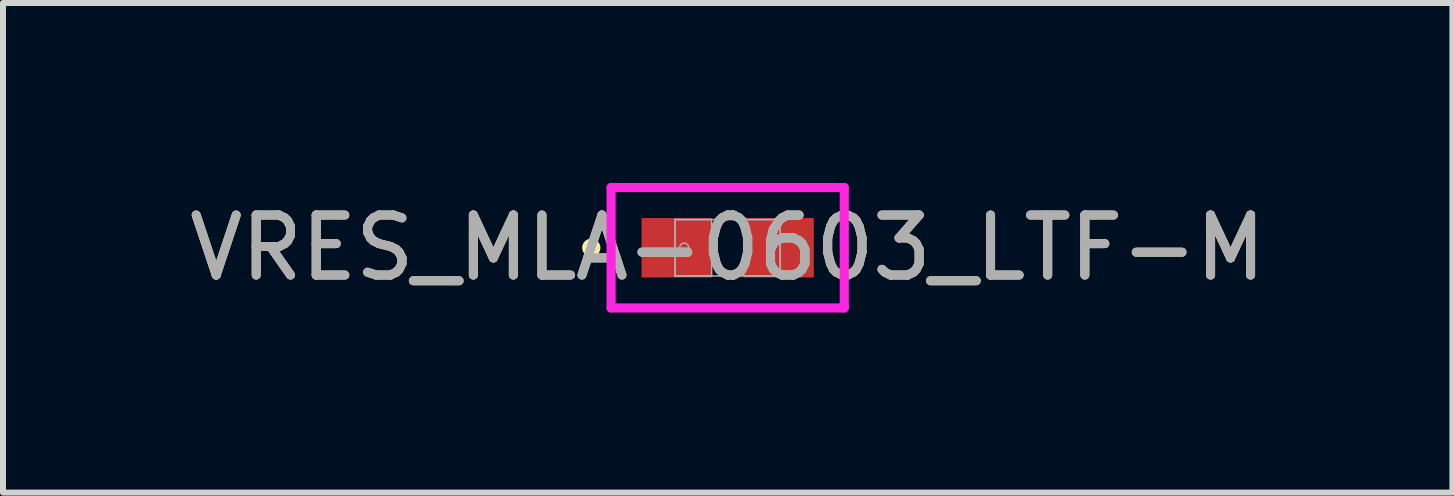
<source format=kicad_pcb>
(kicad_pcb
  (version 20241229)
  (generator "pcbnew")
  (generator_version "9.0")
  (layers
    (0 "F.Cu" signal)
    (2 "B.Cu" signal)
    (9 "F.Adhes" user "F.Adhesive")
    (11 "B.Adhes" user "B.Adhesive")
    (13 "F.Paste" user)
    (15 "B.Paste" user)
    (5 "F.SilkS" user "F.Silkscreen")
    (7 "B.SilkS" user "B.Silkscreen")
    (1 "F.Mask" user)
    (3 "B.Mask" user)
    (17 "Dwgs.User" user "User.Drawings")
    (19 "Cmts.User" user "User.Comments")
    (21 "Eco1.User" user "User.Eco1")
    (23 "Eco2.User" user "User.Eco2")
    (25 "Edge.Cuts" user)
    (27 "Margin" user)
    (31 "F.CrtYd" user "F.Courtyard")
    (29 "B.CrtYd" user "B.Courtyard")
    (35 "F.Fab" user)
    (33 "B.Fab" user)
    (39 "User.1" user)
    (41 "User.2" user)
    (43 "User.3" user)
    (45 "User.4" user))
  (footprint "VRES_MLA-0603_LTF-M"
    (layer "F.Cu")
    (at 9.077 1.079)
    (property "Reference" "VRES_MLA-0603_LTF-M" (at 0 0 0) (unlocked yes) (layer "F.SilkS") (effects (font (size 1 1) (thickness 0.15))))
    (attr smd)
    (fp_circle (center -2.273 0) (end -2.197 0) (stroke (width 0.152) (type solid)) (fill no) (layer "F.SilkS"))
    (fp_line (start -1.943 -1.003) (end 1.943 -1.003) (stroke (width 0.152) (type solid)) (layer "F.CrtYd"))
    (fp_line (start -1.943 1.003) (end -1.943 -1.003) (stroke (width 0.152) (type solid)) (layer "F.CrtYd"))
    (fp_line (start 1.943 -1.003) (end 1.943 1.003) (stroke (width 0.152) (type solid)) (layer "F.CrtYd"))
    (fp_line (start 1.943 1.003) (end -1.943 1.003) (stroke (width 0.152) (type solid)) (layer "F.CrtYd"))
    (fp_line (start -0.876 -0.47) (end -0.876 0.47) (stroke (width 0.025) (type solid)) (layer "F.Fab"))
    (fp_line (start -0.876 -0.47) (end -0.876 0.47) (stroke (width 0.025) (type solid)) (layer "F.Fab"))
    (fp_line (start -0.876 0.47) (end -0.267 0.47) (stroke (width 0.025) (type solid)) (layer "F.Fab"))
    (fp_line (start -0.876 0.47) (end 0.876 0.47) (stroke (width 0.025) (type solid)) (layer "F.Fab"))
    (fp_line (start -0.267 -0.47) (end -0.876 -0.47) (stroke (width 0.025) (type solid)) (layer "F.Fab"))
    (fp_line (start -0.267 0.47) (end -0.267 -0.47) (stroke (width 0.025) (type solid)) (layer "F.Fab"))
    (fp_line (start 0.267 -0.47) (end 0.267 0.47) (stroke (width 0.025) (type solid)) (layer "F.Fab"))
    (fp_line (start 0.267 0.47) (end 0.876 0.47) (stroke (width 0.025) (type solid)) (layer "F.Fab"))
    (fp_line (start 0.876 -0.47) (end -0.876 -0.47) (stroke (width 0.025) (type solid)) (layer "F.Fab"))
    (fp_line (start 0.876 -0.47) (end 0.267 -0.47) (stroke (width 0.025) (type solid)) (layer "F.Fab"))
    (fp_line (start 0.876 0.47) (end 0.876 -0.47) (stroke (width 0.025) (type solid)) (layer "F.Fab"))
    (fp_line (start 0.876 0.47) (end 0.876 -0.47) (stroke (width 0.025) (type solid)) (layer "F.Fab"))
    (fp_circle (center -0.724 0) (end -0.648 0) (stroke (width 0.025) (type solid)) (fill no) (layer "F.Fab"))
    (fp_text user "${REFERENCE}" (at 0 0 0) (unlocked yes) (layer "F.Fab") (effects (font (size 1 1) (thickness 0.15))))
    (pad "1" smd rect (at -0.851 0) (size 1.168 0.991) (layers "F.Cu" "F.Mask" "F.Paste"))
    (pad "2" smd rect (at 0.851 0) (size 1.168 0.991) (layers "F.Cu" "F.Mask" "F.Paste"))
    (zone (net_name "") (layer "F.Cu") (hatch full 0.508) (connect_pads) (min_thickness 0.254) (filled_areas_thickness no) (keepout (tracks not_allowed) (vias not_allowed) (pads allowed) (copperpour not_allowed) (footprints allowed)) (placement (enabled no)) (fill) (polygon (pts (xy 8.861 0.66) (xy 9.293 0.66) (xy 9.293 1.499) (xy 8.861 1.499)))))
  (gr_rect
    (start -3 -3)
    (end 21.155 5.159)
    (stroke (width 0.1) (type default))
    (fill no)
    (layer "Edge.Cuts")))
</source>
